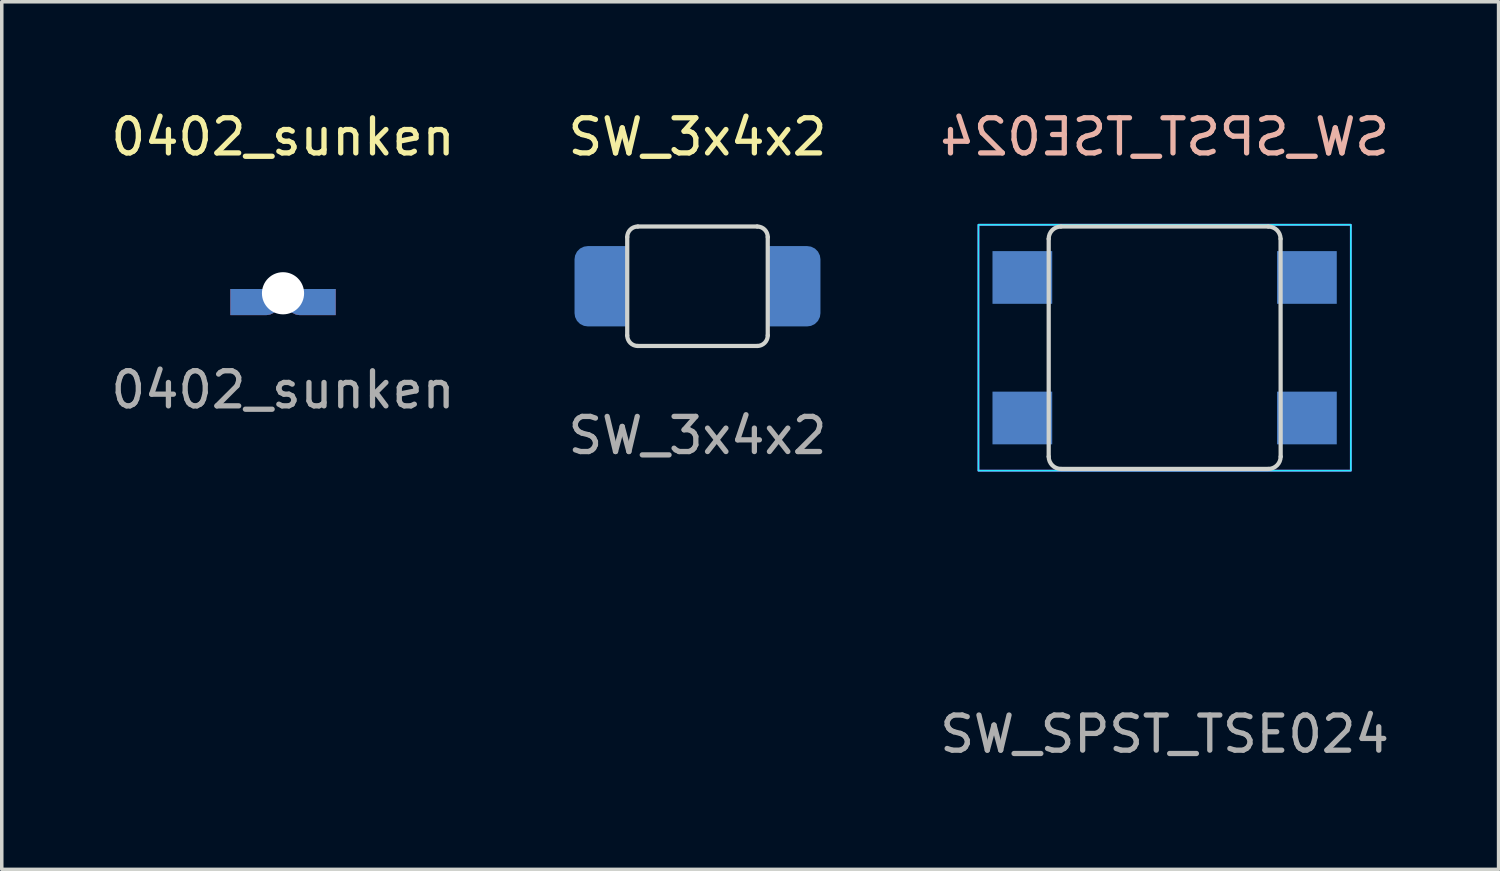
<source format=kicad_pcb>
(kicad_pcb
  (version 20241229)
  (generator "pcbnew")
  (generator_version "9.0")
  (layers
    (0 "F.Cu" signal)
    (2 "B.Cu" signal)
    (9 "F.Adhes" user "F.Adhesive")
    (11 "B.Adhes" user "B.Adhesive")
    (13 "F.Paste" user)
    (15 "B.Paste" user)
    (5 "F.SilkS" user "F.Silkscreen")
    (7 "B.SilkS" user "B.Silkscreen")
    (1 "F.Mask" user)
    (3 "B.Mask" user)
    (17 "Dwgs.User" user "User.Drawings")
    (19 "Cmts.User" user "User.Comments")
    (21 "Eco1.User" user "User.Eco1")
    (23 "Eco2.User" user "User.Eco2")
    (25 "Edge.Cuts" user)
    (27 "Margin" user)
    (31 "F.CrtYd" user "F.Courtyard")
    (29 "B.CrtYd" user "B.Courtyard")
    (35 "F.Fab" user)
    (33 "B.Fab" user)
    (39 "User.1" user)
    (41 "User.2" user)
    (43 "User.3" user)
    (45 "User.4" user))
  (footprint "SW_3x4x2"
    (layer "F.Cu")
    (at 16.804 5.098)
    (property "Reference" "SW_3x4x2" (at 0 -4.25 0) (unlocked yes) (layer "F.SilkS") (effects (font (size 1 1) (thickness 0.15))))
    (attr smd)
    (fp_line (start -2 -1.4) (end -2 1.4) (stroke (width 0.12) (type solid)) (layer "Edge.Cuts"))
    (fp_line (start -1.7 1.7) (end 1.7 1.7) (stroke (width 0.12) (type solid)) (layer "Edge.Cuts"))
    (fp_line (start 1.7 -1.7) (end -1.7 -1.7) (stroke (width 0.12) (type solid)) (layer "Edge.Cuts"))
    (fp_line (start 2 1.4) (end 2 -1.4) (stroke (width 0.12) (type solid)) (layer "Edge.Cuts"))
    (fp_arc (start -2 -1.4) (mid -1.912132 -1.612132) (end -1.7 -1.7) (stroke (width 0.12) (type solid)) (layer "Edge.Cuts"))
    (fp_arc (start -1.7 1.7) (mid -1.912132 1.612132) (end -2 1.4) (stroke (width 0.12) (type solid)) (layer "Edge.Cuts"))
    (fp_arc (start 1.7 -1.7) (mid 1.912132 -1.612132) (end 2 -1.4) (stroke (width 0.12) (type solid)) (layer "Edge.Cuts"))
    (fp_arc (start 2 1.4) (mid 1.912132 1.612132) (end 1.7 1.7) (stroke (width 0.12) (type solid)) (layer "Edge.Cuts"))
    (fp_text user "${REFERENCE}" (at 0 4.25 0) (unlocked yes) (layer "F.Fab") (effects (font (size 1 1) (thickness 0.15))))
    (pad "1" smd roundrect (at -2.75 0 270) (size 2.286 1.5) (layers "B.Cu" "B.Mask" "B.Paste") (roundrect_rratio 0.25) (chamfer_ratio 0) (chamfer top_left top_right))
    (pad "2" smd roundrect (at 2.75 0 270) (size 2.286 1.5) (layers "B.Cu" "B.Mask" "B.Paste") (roundrect_rratio 0.25) (chamfer_ratio 0) (chamfer bottom_left bottom_right)))
  (footprint "SW_SPST_TSE024"
    (layer "F.Cu")
    (at 30.101 6.848)
    (property "Reference" "SW_SPST_TSE024" (at 0 -6 0) (unlocked yes) (layer "B.SilkS") (effects (font (size 1 1) (thickness 0.15)) (justify mirror)))
    (attr smd)
    (fp_line (start -3.3 3.1) (end -3.3 -3.1) (stroke (width 0.12) (type solid)) (layer "Edge.Cuts"))
    (fp_line (start -2.95 -3.45) (end 2.95 -3.45) (stroke (width 0.12) (type solid)) (layer "Edge.Cuts"))
    (fp_line (start 2.953 3.45) (end -2.95 3.45) (stroke (width 0.12) (type solid)) (layer "Edge.Cuts"))
    (fp_line (start 3.3 -3.1) (end 3.303 3.1) (stroke (width 0.12) (type solid)) (layer "Edge.Cuts"))
    (fp_arc (start -3.3 -3.1) (mid -3.197487 -3.347487) (end -2.95 -3.45) (stroke (width 0.12) (type solid)) (layer "Edge.Cuts"))
    (fp_arc (start -2.95 3.45) (mid -3.197487 3.347487) (end -3.3 3.1) (stroke (width 0.12) (type solid)) (layer "Edge.Cuts"))
    (fp_arc (start 2.95 -3.45) (mid 3.197487 -3.347487) (end 3.3 -3.1) (stroke (width 0.12) (type solid)) (layer "Edge.Cuts"))
    (fp_arc (start 3.302513 3.1) (mid 3.2 3.347487) (end 2.952513 3.45) (stroke (width 0.12) (type solid)) (layer "Edge.Cuts"))
    (fp_rect (start 5.3 -3.5) (end -5.3 3.5) (stroke (width 0.05) (type solid)) (fill no) (layer "B.CrtYd"))
    (fp_rect (start -5.3 -3.5) (end 5.3 3.5) (stroke (width 0.05) (type solid)) (fill no) (layer "F.CrtYd"))
    (fp_text user "${REFERENCE}" (at 0 11 0) (unlocked yes) (layer "F.Fab") (effects (font (size 1 1) (thickness 0.15))))
    (pad "1" smd rect (at -4.05 -2) (size 1.7 1.5) (layers "B.Cu" "B.Mask" "B.Paste"))
    (pad "1" smd rect (at 4.05 -2) (size 1.7 1.5) (layers "B.Cu" "B.Mask" "B.Paste"))
    (pad "2" smd rect (at -4.05 2) (size 1.7 1.5) (layers "B.Cu" "B.Mask" "B.Paste"))
    (pad "2" smd rect (at 4.05 2) (size 1.7 1.5) (layers "B.Cu" "B.Mask" "B.Paste")))
  (footprint "0402_sunken"
    (layer "F.Cu")
    (at 5.006 5.548)
    (property "Reference" "0402_sunken" (at 0 -4.7 0) (unlocked yes) (layer "F.SilkS") (effects (font (size 1 1) (thickness 0.15))))
    (attr smd)
    (fp_text user "${REFERENCE}" (at 0 2.5 0) (unlocked yes) (layer "F.Fab") (effects (font (size 1 1) (thickness 0.15))))
    (pad "" np_thru_hole circle (at 0 -0.25) (size 1.2 1.2) (drill 1.2) (layers "*.Cu" "*.Mask"))
    (pad "1" smd roundrect (at -0.8 0) (size 1.4 0.744) (layers "F.Cu" "F.Mask" "F.Paste") (roundrect_rratio 0.5) (chamfer_ratio 0) (chamfer top_left bottom_left))
    (pad "1" smd roundrect (at -0.8 0 180) (size 1.4 0.744) (layers "B.Cu" "B.Mask" "B.Paste") (roundrect_rratio 0.5) (chamfer_ratio 0) (chamfer top_right bottom_right))
    (pad "2" smd roundrect (at 0.8 0 180) (size 1.4 0.744) (layers "F.Cu" "F.Mask" "F.Paste") (roundrect_rratio 0.5) (chamfer_ratio 0) (chamfer top_left bottom_left))
    (pad "2" smd roundrect (at 0.8 0) (size 1.4 0.744) (layers "B.Cu" "B.Mask" "B.Paste") (roundrect_rratio 0.5) (chamfer_ratio 0) (chamfer top_right bottom_right)))
  (gr_rect
    (start -3 -3)
    (end 39.607 21.697)
    (stroke (width 0.1) (type default))
    (fill no)
    (layer "Edge.Cuts")))
</source>
